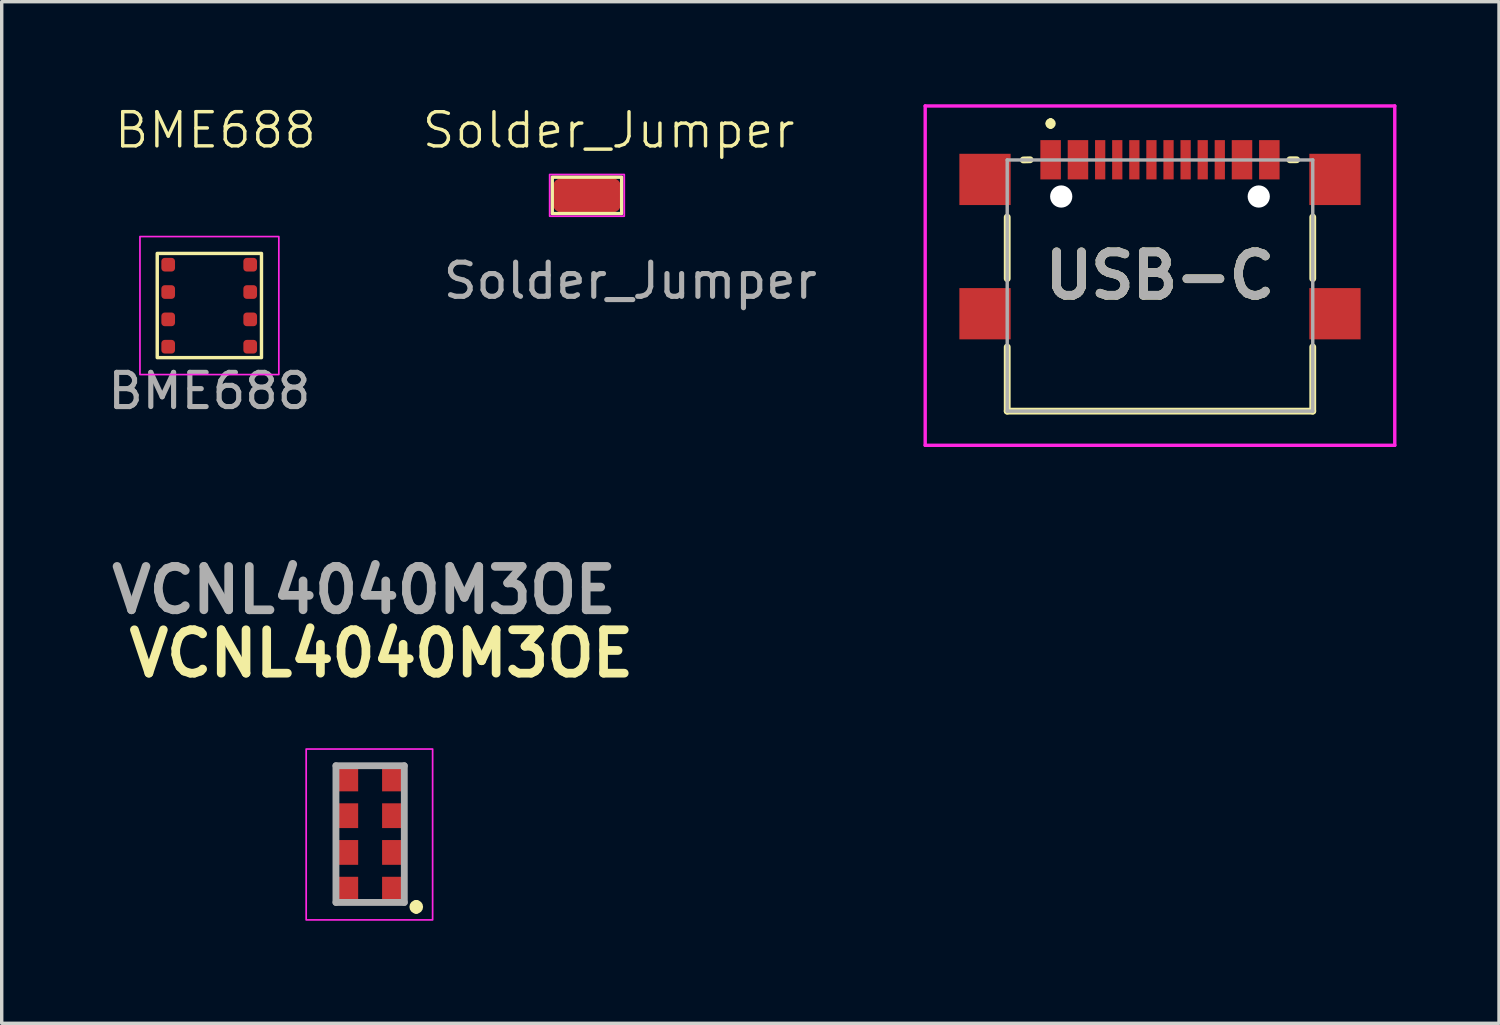
<source format=kicad_pcb>
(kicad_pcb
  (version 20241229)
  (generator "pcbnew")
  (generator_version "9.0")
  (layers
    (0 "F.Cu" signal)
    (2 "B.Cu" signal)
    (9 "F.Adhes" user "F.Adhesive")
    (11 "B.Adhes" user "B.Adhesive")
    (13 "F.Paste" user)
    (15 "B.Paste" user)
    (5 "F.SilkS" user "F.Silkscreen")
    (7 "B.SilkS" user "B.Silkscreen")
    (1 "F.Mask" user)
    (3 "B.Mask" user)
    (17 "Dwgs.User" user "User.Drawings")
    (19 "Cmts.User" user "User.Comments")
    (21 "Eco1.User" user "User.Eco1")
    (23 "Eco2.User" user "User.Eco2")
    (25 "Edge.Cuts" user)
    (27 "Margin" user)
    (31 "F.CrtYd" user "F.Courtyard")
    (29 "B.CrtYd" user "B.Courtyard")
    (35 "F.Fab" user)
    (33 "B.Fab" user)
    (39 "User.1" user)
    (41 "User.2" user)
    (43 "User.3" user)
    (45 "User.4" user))
  (footprint "VCNL4040M3OE"
    (layer "F.Cu")
    (at 7.78 21.356)
    (property "Reference" "VCNL4040M3OE" (at 0.33 -5.283 0) (layer "F.SilkS") (effects (font (size 1.27 1.27) (thickness 0.254))))
    (attr smd)
    (fp_line (start -0.1 -2) (end 0.1 -2) (stroke (width 0.1) (type solid)) (layer "F.SilkS"))
    (fp_line (start -0.1 2) (end 0.1 2) (stroke (width 0.1) (type solid)) (layer "F.SilkS"))
    (fp_line (start 1.35 2.03) (end 1.35 2.03) (stroke (width 0.2) (type solid)) (layer "F.SilkS"))
    (fp_line (start 1.35 2.23) (end 1.35 2.23) (stroke (width 0.2) (type solid)) (layer "F.SilkS"))
    (fp_arc (start 1.35 2.03) (mid 1.45 2.13) (end 1.35 2.23) (stroke (width 0.2) (type solid)) (layer "F.SilkS"))
    (fp_arc (start 1.35 2.23) (mid 1.25 2.13) (end 1.35 2.03) (stroke (width 0.2) (type solid)) (layer "F.SilkS"))
    (fp_rect (start -1.871 -2.489) (end 1.829 2.511) (stroke (width 0.05) (type default)) (fill no) (layer "F.CrtYd"))
    (fp_line (start -1 -2) (end 1 -2) (stroke (width 0.2) (type solid)) (layer "F.Fab"))
    (fp_line (start -1 2) (end -1 -2) (stroke (width 0.2) (type solid)) (layer "F.Fab"))
    (fp_line (start 1 -2) (end 1 2) (stroke (width 0.2) (type solid)) (layer "F.Fab"))
    (fp_line (start 1 2) (end -1 2) (stroke (width 0.2) (type solid)) (layer "F.Fab"))
    (fp_text user "${REFERENCE}" (at -0.178 -7.137 0) (layer "F.Fab") (effects (font (size 1.27 1.27) (thickness 0.254))))
    (pad "1" smd rect (at 0.7 1.612) (size 0.7 0.725) (layers "F.Cu" "F.Mask" "F.Paste"))
    (pad "2" smd rect (at 0.7 0.537) (size 0.7 0.725) (layers "F.Cu" "F.Mask" "F.Paste"))
    (pad "3" smd rect (at 0.7 -0.538) (size 0.7 0.725) (layers "F.Cu" "F.Mask" "F.Paste"))
    (pad "4" smd rect (at 0.7 -1.613) (size 0.7 0.725) (layers "F.Cu" "F.Mask" "F.Paste"))
    (pad "5" smd rect (at -0.7 -1.613) (size 0.7 0.725) (layers "F.Cu" "F.Mask" "F.Paste"))
    (pad "6" smd rect (at -0.7 -0.538) (size 0.7 0.725) (layers "F.Cu" "F.Mask" "F.Paste"))
    (pad "7" smd rect (at -0.7 0.537) (size 0.7 0.725) (layers "F.Cu" "F.Mask" "F.Paste"))
    (pad "8" smd rect (at -0.7 1.612) (size 0.7 0.725) (layers "F.Cu" "F.Mask" "F.Paste")))
  (footprint "BME688"
    (layer "F.Cu")
    (at 3.077 5.891)
    (property "Reference" "BME688" (at 0.178 -5.131 0) (unlocked yes) (layer "F.SilkS") (effects (font (size 1 1) (thickness 0.1))))
    (attr smd)
    (fp_rect (start -1.526 -1.526) (end 1.524 1.524) (stroke (width 0.1) (type default)) (fill no) (layer "F.SilkS"))
    (fp_rect (start -2.032 -2.019) (end 2.032 2.019) (stroke (width 0.05) (type default)) (fill no) (layer "F.CrtYd"))
    (fp_text user "${REFERENCE}" (at 0 2.5 0) (unlocked yes) (layer "F.Fab") (effects (font (size 1 1) (thickness 0.15))))
    (pad "1" smd roundrect (at 1.194 -1.196) (size 0.4 0.4) (layers "F.Cu" "F.Mask" "F.Paste") (roundrect_rratio 0.25))
    (pad "2" smd roundrect (at 1.194 -0.396) (size 0.4 0.4) (layers "F.Cu" "F.Mask" "F.Paste") (roundrect_rratio 0.25))
    (pad "3" smd roundrect (at 1.194 0.404) (size 0.4 0.4) (layers "F.Cu" "F.Mask" "F.Paste") (roundrect_rratio 0.25))
    (pad "4" smd roundrect (at 1.194 1.204) (size 0.4 0.4) (layers "F.Cu" "F.Mask" "F.Paste") (roundrect_rratio 0.25))
    (pad "5" smd roundrect (at -1.206 1.204) (size 0.4 0.4) (layers "F.Cu" "F.Mask" "F.Paste") (roundrect_rratio 0.25))
    (pad "6" smd roundrect (at -1.206 0.404) (size 0.4 0.4) (layers "F.Cu" "F.Mask" "F.Paste") (roundrect_rratio 0.25))
    (pad "7" smd roundrect (at -1.206 -0.396) (size 0.4 0.4) (layers "F.Cu" "F.Mask" "F.Paste") (roundrect_rratio 0.25))
    (pad "8" smd roundrect (at -1.206 -1.196) (size 0.4 0.4) (layers "F.Cu" "F.Mask" "F.Paste") (roundrect_rratio 0.25)))
  (footprint "Solder_Jumper"
    (layer "F.Cu")
    (at 15.395 2.666)
    (property "Reference" "Solder_Jumper" (at -0.635 -1.905 0) (unlocked yes) (layer "F.SilkS") (effects (font (size 1 1) (thickness 0.1))))
    (attr smd)
    (fp_rect (start -2.286 -0.533) (end -0.254 0.533) (stroke (width 0.1) (type default)) (fill no) (layer "F.SilkS"))
    (fp_rect (start -2.362 -0.61) (end -0.178 0.61) (stroke (width 0.05) (type default)) (fill no) (layer "F.CrtYd"))
    (fp_text user "${REFERENCE}" (at 0 2.5 0) (unlocked yes) (layer "F.Fab") (effects (font (size 1 1) (thickness 0.15))))
    (pad "1" smd roundrect (at -1.27 0) (size 2 1) (layers "F.Cu" "F.Mask" "F.Paste") (roundrect_rratio 0.25)))
  (footprint "USB-C"
    (layer "F.Cu")
    (at 30.892 5.015)
    (property "Reference" "USB-C" (at 0 0 0) (layer "F.SilkS") (effects (font (size 1.27 1.27) (thickness 0.254))))
    (attr through_hole)
    (fp_line (start -4.47 -1.712) (end -4.47 0.088) (stroke (width 0.2) (type solid)) (layer "F.SilkS"))
    (fp_line (start -4.47 2.088) (end -4.47 3.965) (stroke (width 0.2) (type solid)) (layer "F.SilkS"))
    (fp_line (start -4.47 3.965) (end 4.47 3.965) (stroke (width 0.2) (type solid)) (layer "F.SilkS"))
    (fp_line (start -4 -3.385) (end -3.8 -3.39) (stroke (width 0.2) (type solid)) (layer "F.SilkS"))
    (fp_line (start -3.2 -4.5) (end -3.2 -4.5) (stroke (width 0.2) (type solid)) (layer "F.SilkS"))
    (fp_line (start -3.2 -4.5) (end -3.2 -4.5) (stroke (width 0.2) (type solid)) (layer "F.SilkS"))
    (fp_line (start -3.2 -4.4) (end -3.2 -4.4) (stroke (width 0.2) (type solid)) (layer "F.SilkS"))
    (fp_line (start 3.8 -3.39) (end 4 -3.39) (stroke (width 0.2) (type solid)) (layer "F.SilkS"))
    (fp_line (start 4.47 0.088) (end 4.47 -1.712) (stroke (width 0.2) (type solid)) (layer "F.SilkS"))
    (fp_line (start 4.47 3.965) (end 4.47 2.088) (stroke (width 0.2) (type solid)) (layer "F.SilkS"))
    (fp_arc (start -3.2 -4.5) (mid -3.15 -4.45) (end -3.2 -4.4) (stroke (width 0.2) (type solid)) (layer "F.SilkS"))
    (fp_arc (start -3.2 -4.4) (mid -3.25 -4.45) (end -3.2 -4.5) (stroke (width 0.2) (type solid)) (layer "F.SilkS"))
    (fp_arc (start -3.2 -4.4) (mid -3.25 -4.45) (end -3.2 -4.5) (stroke (width 0.2) (type solid)) (layer "F.SilkS"))
    (fp_line (start -6.87 -4.965) (end 6.87 -4.965) (stroke (width 0.1) (type solid)) (layer "F.CrtYd"))
    (fp_line (start -6.87 4.965) (end -6.87 -4.965) (stroke (width 0.1) (type solid)) (layer "F.CrtYd"))
    (fp_line (start 6.87 -4.965) (end 6.87 4.965) (stroke (width 0.1) (type solid)) (layer "F.CrtYd"))
    (fp_line (start 6.87 4.965) (end -6.87 4.965) (stroke (width 0.1) (type solid)) (layer "F.CrtYd"))
    (fp_line (start -4.47 -3.385) (end -4.47 3.965) (stroke (width 0.1) (type solid)) (layer "F.Fab"))
    (fp_line (start -4.47 3.965) (end 4.47 3.965) (stroke (width 0.1) (type solid)) (layer "F.Fab"))
    (fp_line (start 4.47 -3.385) (end -4.47 -3.385) (stroke (width 0.1) (type solid)) (layer "F.Fab"))
    (fp_line (start 4.47 3.965) (end 4.47 -3.385) (stroke (width 0.1) (type solid)) (layer "F.Fab"))
    (fp_text user "${REFERENCE}" (at 0 0 0) (layer "F.Fab") (effects (font (size 1.27 1.27) (thickness 0.254))))
    (pad "" np_thru_hole circle (at -2.89 -2.315) (size 0.65 0.65) (drill 0.65) (layers "*.Cu" "*.Mask"))
    (pad "" np_thru_hole circle (at 2.89 -2.315) (size 0.65 0.65) (drill 0.65) (layers "*.Cu" "*.Mask"))
    (pad "A1" smd rect (at -3.2 -3.39) (size 0.6 1.15) (layers "F.Cu" "F.Mask" "F.Paste"))
    (pad "A4" smd rect (at -2.4 -3.39) (size 0.6 1.15) (layers "F.Cu" "F.Mask" "F.Paste"))
    (pad "A5" smd rect (at -1.25 -3.39) (size 0.3 1.15) (layers "F.Cu" "F.Mask" "F.Paste"))
    (pad "A6" smd rect (at -0.25 -3.39) (size 0.3 1.15) (layers "F.Cu" "F.Mask" "F.Paste"))
    (pad "A7" smd rect (at 0.25 -3.39) (size 0.3 1.15) (layers "F.Cu" "F.Mask" "F.Paste"))
    (pad "A8" smd rect (at 1.25 -3.39) (size 0.3 1.15) (layers "F.Cu" "F.Mask" "F.Paste"))
    (pad "A9" smd rect (at 2.4 -3.39) (size 0.6 1.15) (layers "F.Cu" "F.Mask" "F.Paste"))
    (pad "A12" smd rect (at 3.2 -3.39) (size 0.6 1.15) (layers "F.Cu" "F.Mask" "F.Paste"))
    (pad "B5" smd rect (at 1.75 -3.39) (size 0.3 1.15) (layers "F.Cu" "F.Mask" "F.Paste"))
    (pad "B6" smd rect (at 0.75 -3.39) (size 0.3 1.15) (layers "F.Cu" "F.Mask" "F.Paste"))
    (pad "B7" smd rect (at -0.75 -3.39) (size 0.3 1.15) (layers "F.Cu" "F.Mask" "F.Paste"))
    (pad "B8" smd rect (at -1.75 -3.39) (size 0.3 1.15) (layers "F.Cu" "F.Mask" "F.Paste"))
    (pad "S1" smd rect (at -5.12 -2.815 90) (size 1.5 1.5) (layers "F.Cu" "F.Mask" "F.Paste"))
    (pad "S1" smd rect (at -5.12 1.115 90) (size 1.5 1.5) (layers "F.Cu" "F.Mask" "F.Paste"))
    (pad "S1" smd rect (at 5.12 -2.815 90) (size 1.5 1.5) (layers "F.Cu" "F.Mask" "F.Paste"))
    (pad "S1" smd rect (at 5.12 1.115 90) (size 1.5 1.5) (layers "F.Cu" "F.Mask" "F.Paste")))
  (gr_rect
    (start -3 -3)
    (end 40.812 26.892)
    (stroke (width 0.1) (type default))
    (fill no)
    (layer "Edge.Cuts")))
</source>
